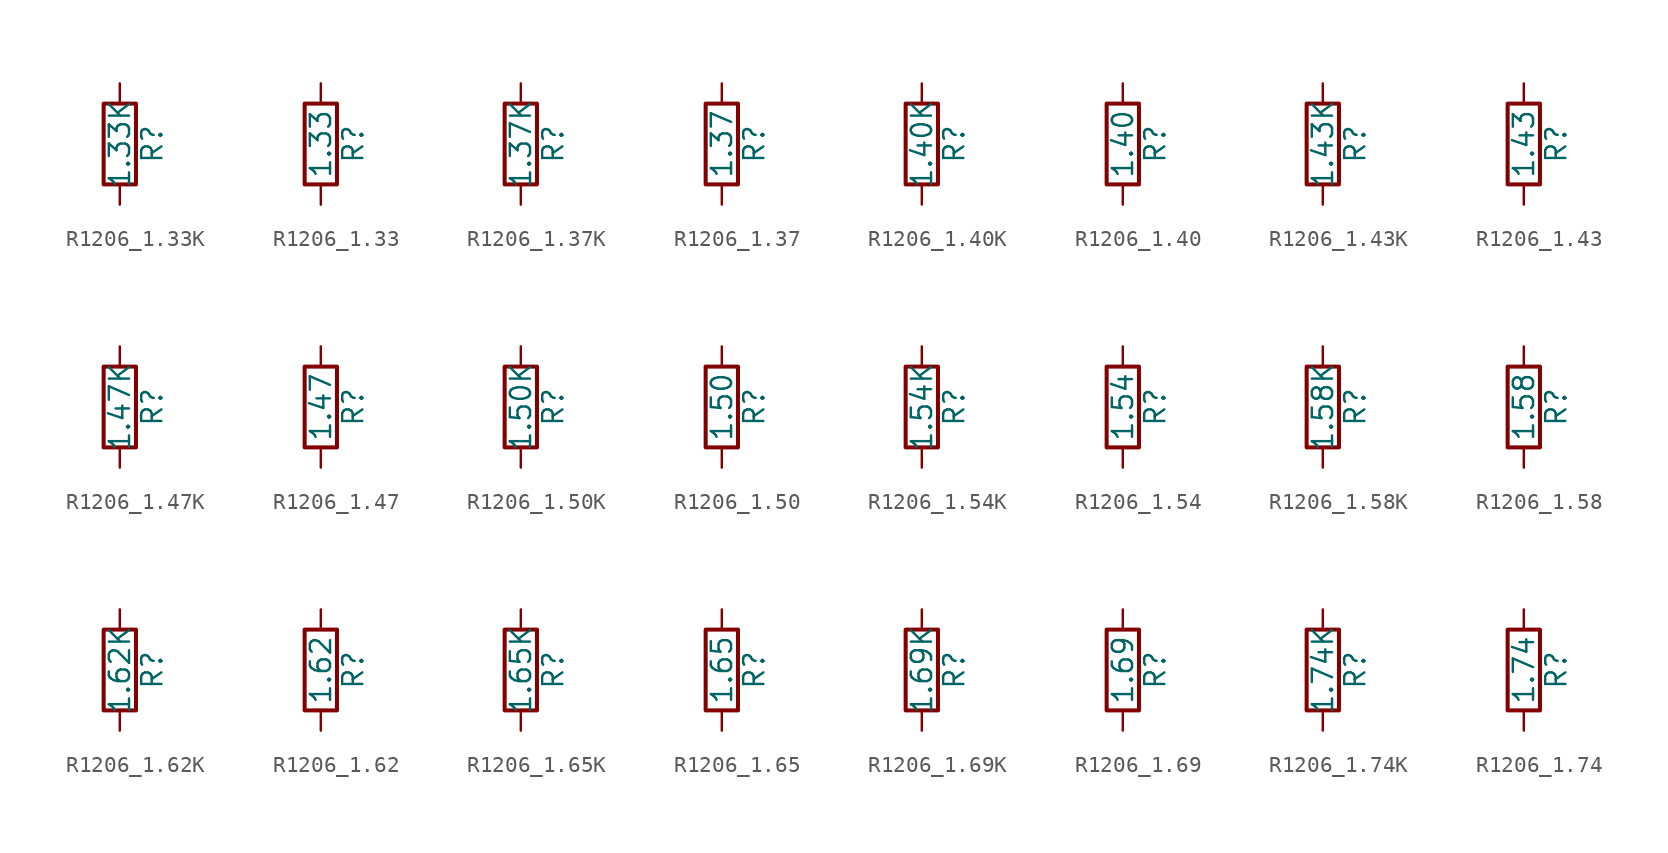
<source format=kicad_sym>
(kicad_symbol_lib
  (version 20211014)
  (generator atlantix-eda)
  (symbol "R1206_1.33K"
    (pin_numbers hide)
    (pin_names
      (offset 0))
    (property "Reference" "R"
      (at 2.032 0 90)
      (effects (font (size 1.27 1.27))))
    (property "Value" "1.33K"
      (at 0 0 90)
      (effects (font (size 1.27 1.27))))
    (symbol "R1206_1.33K_0_1"
      (rectangle (start -1.016 -2.54) (end 1.016 2.54) (stroke (width 0.254) (type default) (color 0 0 0 0)) (fill (type none))))
    (symbol "R1206_1.33K_1_1"
      (pin passive line (at 0 3.81 270) (length 1.27) (name "~" (effects (font (size 1.27 1.27)))) (number "1" (effects (font (size 1.27 1.27)))))
      (pin passive line (at 0 -3.81 90) (length 1.27) (name "~" (effects (font (size 1.27 1.27)))) (number "2" (effects (font (size 1.27 1.27)))))))
  (symbol "R1206_1.33"
    (pin_numbers hide)
    (pin_names
      (offset 0))
    (property "Reference" "R"
      (at 2.032 0 90)
      (effects (font (size 1.27 1.27))))
    (property "Value" "1.33"
      (at 0 0 90)
      (effects (font (size 1.27 1.27))))
    (symbol "R1206_1.33_0_1"
      (rectangle (start -1.016 -2.54) (end 1.016 2.54) (stroke (width 0.254) (type default) (color 0 0 0 0)) (fill (type none))))
    (symbol "R1206_1.33_1_1"
      (pin passive line (at 0 3.81 270) (length 1.27) (name "~" (effects (font (size 1.27 1.27)))) (number "1" (effects (font (size 1.27 1.27)))))
      (pin passive line (at 0 -3.81 90) (length 1.27) (name "~" (effects (font (size 1.27 1.27)))) (number "2" (effects (font (size 1.27 1.27)))))))
  (symbol "R1206_1.37K"
    (pin_numbers hide)
    (pin_names
      (offset 0))
    (property "Reference" "R"
      (at 2.032 0 90)
      (effects (font (size 1.27 1.27))))
    (property "Value" "1.37K"
      (at 0 0 90)
      (effects (font (size 1.27 1.27))))
    (symbol "R1206_1.37K_0_1"
      (rectangle (start -1.016 -2.54) (end 1.016 2.54) (stroke (width 0.254) (type default) (color 0 0 0 0)) (fill (type none))))
    (symbol "R1206_1.37K_1_1"
      (pin passive line (at 0 3.81 270) (length 1.27) (name "~" (effects (font (size 1.27 1.27)))) (number "1" (effects (font (size 1.27 1.27)))))
      (pin passive line (at 0 -3.81 90) (length 1.27) (name "~" (effects (font (size 1.27 1.27)))) (number "2" (effects (font (size 1.27 1.27)))))))
  (symbol "R1206_1.37"
    (pin_numbers hide)
    (pin_names
      (offset 0))
    (property "Reference" "R"
      (at 2.032 0 90)
      (effects (font (size 1.27 1.27))))
    (property "Value" "1.37"
      (at 0 0 90)
      (effects (font (size 1.27 1.27))))
    (symbol "R1206_1.37_0_1"
      (rectangle (start -1.016 -2.54) (end 1.016 2.54) (stroke (width 0.254) (type default) (color 0 0 0 0)) (fill (type none))))
    (symbol "R1206_1.37_1_1"
      (pin passive line (at 0 3.81 270) (length 1.27) (name "~" (effects (font (size 1.27 1.27)))) (number "1" (effects (font (size 1.27 1.27)))))
      (pin passive line (at 0 -3.81 90) (length 1.27) (name "~" (effects (font (size 1.27 1.27)))) (number "2" (effects (font (size 1.27 1.27)))))))
  (symbol "R1206_1.40K"
    (pin_numbers hide)
    (pin_names
      (offset 0))
    (property "Reference" "R"
      (at 2.032 0 90)
      (effects (font (size 1.27 1.27))))
    (property "Value" "1.40K"
      (at 0 0 90)
      (effects (font (size 1.27 1.27))))
    (symbol "R1206_1.40K_0_1"
      (rectangle (start -1.016 -2.54) (end 1.016 2.54) (stroke (width 0.254) (type default) (color 0 0 0 0)) (fill (type none))))
    (symbol "R1206_1.40K_1_1"
      (pin passive line (at 0 3.81 270) (length 1.27) (name "~" (effects (font (size 1.27 1.27)))) (number "1" (effects (font (size 1.27 1.27)))))
      (pin passive line (at 0 -3.81 90) (length 1.27) (name "~" (effects (font (size 1.27 1.27)))) (number "2" (effects (font (size 1.27 1.27)))))))
  (symbol "R1206_1.40"
    (pin_numbers hide)
    (pin_names
      (offset 0))
    (property "Reference" "R"
      (at 2.032 0 90)
      (effects (font (size 1.27 1.27))))
    (property "Value" "1.40"
      (at 0 0 90)
      (effects (font (size 1.27 1.27))))
    (symbol "R1206_1.40_0_1"
      (rectangle (start -1.016 -2.54) (end 1.016 2.54) (stroke (width 0.254) (type default) (color 0 0 0 0)) (fill (type none))))
    (symbol "R1206_1.40_1_1"
      (pin passive line (at 0 3.81 270) (length 1.27) (name "~" (effects (font (size 1.27 1.27)))) (number "1" (effects (font (size 1.27 1.27)))))
      (pin passive line (at 0 -3.81 90) (length 1.27) (name "~" (effects (font (size 1.27 1.27)))) (number "2" (effects (font (size 1.27 1.27)))))))
  (symbol "R1206_1.43K"
    (pin_numbers hide)
    (pin_names
      (offset 0))
    (property "Reference" "R"
      (at 2.032 0 90)
      (effects (font (size 1.27 1.27))))
    (property "Value" "1.43K"
      (at 0 0 90)
      (effects (font (size 1.27 1.27))))
    (symbol "R1206_1.43K_0_1"
      (rectangle (start -1.016 -2.54) (end 1.016 2.54) (stroke (width 0.254) (type default) (color 0 0 0 0)) (fill (type none))))
    (symbol "R1206_1.43K_1_1"
      (pin passive line (at 0 3.81 270) (length 1.27) (name "~" (effects (font (size 1.27 1.27)))) (number "1" (effects (font (size 1.27 1.27)))))
      (pin passive line (at 0 -3.81 90) (length 1.27) (name "~" (effects (font (size 1.27 1.27)))) (number "2" (effects (font (size 1.27 1.27)))))))
  (symbol "R1206_1.43"
    (pin_numbers hide)
    (pin_names
      (offset 0))
    (property "Reference" "R"
      (at 2.032 0 90)
      (effects (font (size 1.27 1.27))))
    (property "Value" "1.43"
      (at 0 0 90)
      (effects (font (size 1.27 1.27))))
    (symbol "R1206_1.43_0_1"
      (rectangle (start -1.016 -2.54) (end 1.016 2.54) (stroke (width 0.254) (type default) (color 0 0 0 0)) (fill (type none))))
    (symbol "R1206_1.43_1_1"
      (pin passive line (at 0 3.81 270) (length 1.27) (name "~" (effects (font (size 1.27 1.27)))) (number "1" (effects (font (size 1.27 1.27)))))
      (pin passive line (at 0 -3.81 90) (length 1.27) (name "~" (effects (font (size 1.27 1.27)))) (number "2" (effects (font (size 1.27 1.27)))))))
  (symbol "R1206_1.47K"
    (pin_numbers hide)
    (pin_names
      (offset 0))
    (property "Reference" "R"
      (at 2.032 0 90)
      (effects (font (size 1.27 1.27))))
    (property "Value" "1.47K"
      (at 0 0 90)
      (effects (font (size 1.27 1.27))))
    (symbol "R1206_1.47K_0_1"
      (rectangle (start -1.016 -2.54) (end 1.016 2.54) (stroke (width 0.254) (type default) (color 0 0 0 0)) (fill (type none))))
    (symbol "R1206_1.47K_1_1"
      (pin passive line (at 0 3.81 270) (length 1.27) (name "~" (effects (font (size 1.27 1.27)))) (number "1" (effects (font (size 1.27 1.27)))))
      (pin passive line (at 0 -3.81 90) (length 1.27) (name "~" (effects (font (size 1.27 1.27)))) (number "2" (effects (font (size 1.27 1.27)))))))
  (symbol "R1206_1.47"
    (pin_numbers hide)
    (pin_names
      (offset 0))
    (property "Reference" "R"
      (at 2.032 0 90)
      (effects (font (size 1.27 1.27))))
    (property "Value" "1.47"
      (at 0 0 90)
      (effects (font (size 1.27 1.27))))
    (symbol "R1206_1.47_0_1"
      (rectangle (start -1.016 -2.54) (end 1.016 2.54) (stroke (width 0.254) (type default) (color 0 0 0 0)) (fill (type none))))
    (symbol "R1206_1.47_1_1"
      (pin passive line (at 0 3.81 270) (length 1.27) (name "~" (effects (font (size 1.27 1.27)))) (number "1" (effects (font (size 1.27 1.27)))))
      (pin passive line (at 0 -3.81 90) (length 1.27) (name "~" (effects (font (size 1.27 1.27)))) (number "2" (effects (font (size 1.27 1.27)))))))
  (symbol "R1206_1.50K"
    (pin_numbers hide)
    (pin_names
      (offset 0))
    (property "Reference" "R"
      (at 2.032 0 90)
      (effects (font (size 1.27 1.27))))
    (property "Value" "1.50K"
      (at 0 0 90)
      (effects (font (size 1.27 1.27))))
    (symbol "R1206_1.50K_0_1"
      (rectangle (start -1.016 -2.54) (end 1.016 2.54) (stroke (width 0.254) (type default) (color 0 0 0 0)) (fill (type none))))
    (symbol "R1206_1.50K_1_1"
      (pin passive line (at 0 3.81 270) (length 1.27) (name "~" (effects (font (size 1.27 1.27)))) (number "1" (effects (font (size 1.27 1.27)))))
      (pin passive line (at 0 -3.81 90) (length 1.27) (name "~" (effects (font (size 1.27 1.27)))) (number "2" (effects (font (size 1.27 1.27)))))))
  (symbol "R1206_1.50"
    (pin_numbers hide)
    (pin_names
      (offset 0))
    (property "Reference" "R"
      (at 2.032 0 90)
      (effects (font (size 1.27 1.27))))
    (property "Value" "1.50"
      (at 0 0 90)
      (effects (font (size 1.27 1.27))))
    (symbol "R1206_1.50_0_1"
      (rectangle (start -1.016 -2.54) (end 1.016 2.54) (stroke (width 0.254) (type default) (color 0 0 0 0)) (fill (type none))))
    (symbol "R1206_1.50_1_1"
      (pin passive line (at 0 3.81 270) (length 1.27) (name "~" (effects (font (size 1.27 1.27)))) (number "1" (effects (font (size 1.27 1.27)))))
      (pin passive line (at 0 -3.81 90) (length 1.27) (name "~" (effects (font (size 1.27 1.27)))) (number "2" (effects (font (size 1.27 1.27)))))))
  (symbol "R1206_1.54K"
    (pin_numbers hide)
    (pin_names
      (offset 0))
    (property "Reference" "R"
      (at 2.032 0 90)
      (effects (font (size 1.27 1.27))))
    (property "Value" "1.54K"
      (at 0 0 90)
      (effects (font (size 1.27 1.27))))
    (symbol "R1206_1.54K_0_1"
      (rectangle (start -1.016 -2.54) (end 1.016 2.54) (stroke (width 0.254) (type default) (color 0 0 0 0)) (fill (type none))))
    (symbol "R1206_1.54K_1_1"
      (pin passive line (at 0 3.81 270) (length 1.27) (name "~" (effects (font (size 1.27 1.27)))) (number "1" (effects (font (size 1.27 1.27)))))
      (pin passive line (at 0 -3.81 90) (length 1.27) (name "~" (effects (font (size 1.27 1.27)))) (number "2" (effects (font (size 1.27 1.27)))))))
  (symbol "R1206_1.54"
    (pin_numbers hide)
    (pin_names
      (offset 0))
    (property "Reference" "R"
      (at 2.032 0 90)
      (effects (font (size 1.27 1.27))))
    (property "Value" "1.54"
      (at 0 0 90)
      (effects (font (size 1.27 1.27))))
    (symbol "R1206_1.54_0_1"
      (rectangle (start -1.016 -2.54) (end 1.016 2.54) (stroke (width 0.254) (type default) (color 0 0 0 0)) (fill (type none))))
    (symbol "R1206_1.54_1_1"
      (pin passive line (at 0 3.81 270) (length 1.27) (name "~" (effects (font (size 1.27 1.27)))) (number "1" (effects (font (size 1.27 1.27)))))
      (pin passive line (at 0 -3.81 90) (length 1.27) (name "~" (effects (font (size 1.27 1.27)))) (number "2" (effects (font (size 1.27 1.27)))))))
  (symbol "R1206_1.58K"
    (pin_numbers hide)
    (pin_names
      (offset 0))
    (property "Reference" "R"
      (at 2.032 0 90)
      (effects (font (size 1.27 1.27))))
    (property "Value" "1.58K"
      (at 0 0 90)
      (effects (font (size 1.27 1.27))))
    (symbol "R1206_1.58K_0_1"
      (rectangle (start -1.016 -2.54) (end 1.016 2.54) (stroke (width 0.254) (type default) (color 0 0 0 0)) (fill (type none))))
    (symbol "R1206_1.58K_1_1"
      (pin passive line (at 0 3.81 270) (length 1.27) (name "~" (effects (font (size 1.27 1.27)))) (number "1" (effects (font (size 1.27 1.27)))))
      (pin passive line (at 0 -3.81 90) (length 1.27) (name "~" (effects (font (size 1.27 1.27)))) (number "2" (effects (font (size 1.27 1.27)))))))
  (symbol "R1206_1.58"
    (pin_numbers hide)
    (pin_names
      (offset 0))
    (property "Reference" "R"
      (at 2.032 0 90)
      (effects (font (size 1.27 1.27))))
    (property "Value" "1.58"
      (at 0 0 90)
      (effects (font (size 1.27 1.27))))
    (symbol "R1206_1.58_0_1"
      (rectangle (start -1.016 -2.54) (end 1.016 2.54) (stroke (width 0.254) (type default) (color 0 0 0 0)) (fill (type none))))
    (symbol "R1206_1.58_1_1"
      (pin passive line (at 0 3.81 270) (length 1.27) (name "~" (effects (font (size 1.27 1.27)))) (number "1" (effects (font (size 1.27 1.27)))))
      (pin passive line (at 0 -3.81 90) (length 1.27) (name "~" (effects (font (size 1.27 1.27)))) (number "2" (effects (font (size 1.27 1.27)))))))
  (symbol "R1206_1.62K"
    (pin_numbers hide)
    (pin_names
      (offset 0))
    (property "Reference" "R"
      (at 2.032 0 90)
      (effects (font (size 1.27 1.27))))
    (property "Value" "1.62K"
      (at 0 0 90)
      (effects (font (size 1.27 1.27))))
    (symbol "R1206_1.62K_0_1"
      (rectangle (start -1.016 -2.54) (end 1.016 2.54) (stroke (width 0.254) (type default) (color 0 0 0 0)) (fill (type none))))
    (symbol "R1206_1.62K_1_1"
      (pin passive line (at 0 3.81 270) (length 1.27) (name "~" (effects (font (size 1.27 1.27)))) (number "1" (effects (font (size 1.27 1.27)))))
      (pin passive line (at 0 -3.81 90) (length 1.27) (name "~" (effects (font (size 1.27 1.27)))) (number "2" (effects (font (size 1.27 1.27)))))))
  (symbol "R1206_1.62"
    (pin_numbers hide)
    (pin_names
      (offset 0))
    (property "Reference" "R"
      (at 2.032 0 90)
      (effects (font (size 1.27 1.27))))
    (property "Value" "1.62"
      (at 0 0 90)
      (effects (font (size 1.27 1.27))))
    (symbol "R1206_1.62_0_1"
      (rectangle (start -1.016 -2.54) (end 1.016 2.54) (stroke (width 0.254) (type default) (color 0 0 0 0)) (fill (type none))))
    (symbol "R1206_1.62_1_1"
      (pin passive line (at 0 3.81 270) (length 1.27) (name "~" (effects (font (size 1.27 1.27)))) (number "1" (effects (font (size 1.27 1.27)))))
      (pin passive line (at 0 -3.81 90) (length 1.27) (name "~" (effects (font (size 1.27 1.27)))) (number "2" (effects (font (size 1.27 1.27)))))))
  (symbol "R1206_1.65K"
    (pin_numbers hide)
    (pin_names
      (offset 0))
    (property "Reference" "R"
      (at 2.032 0 90)
      (effects (font (size 1.27 1.27))))
    (property "Value" "1.65K"
      (at 0 0 90)
      (effects (font (size 1.27 1.27))))
    (symbol "R1206_1.65K_0_1"
      (rectangle (start -1.016 -2.54) (end 1.016 2.54) (stroke (width 0.254) (type default) (color 0 0 0 0)) (fill (type none))))
    (symbol "R1206_1.65K_1_1"
      (pin passive line (at 0 3.81 270) (length 1.27) (name "~" (effects (font (size 1.27 1.27)))) (number "1" (effects (font (size 1.27 1.27)))))
      (pin passive line (at 0 -3.81 90) (length 1.27) (name "~" (effects (font (size 1.27 1.27)))) (number "2" (effects (font (size 1.27 1.27)))))))
  (symbol "R1206_1.65"
    (pin_numbers hide)
    (pin_names
      (offset 0))
    (property "Reference" "R"
      (at 2.032 0 90)
      (effects (font (size 1.27 1.27))))
    (property "Value" "1.65"
      (at 0 0 90)
      (effects (font (size 1.27 1.27))))
    (symbol "R1206_1.65_0_1"
      (rectangle (start -1.016 -2.54) (end 1.016 2.54) (stroke (width 0.254) (type default) (color 0 0 0 0)) (fill (type none))))
    (symbol "R1206_1.65_1_1"
      (pin passive line (at 0 3.81 270) (length 1.27) (name "~" (effects (font (size 1.27 1.27)))) (number "1" (effects (font (size 1.27 1.27)))))
      (pin passive line (at 0 -3.81 90) (length 1.27) (name "~" (effects (font (size 1.27 1.27)))) (number "2" (effects (font (size 1.27 1.27)))))))
  (symbol "R1206_1.69K"
    (pin_numbers hide)
    (pin_names
      (offset 0))
    (property "Reference" "R"
      (at 2.032 0 90)
      (effects (font (size 1.27 1.27))))
    (property "Value" "1.69K"
      (at 0 0 90)
      (effects (font (size 1.27 1.27))))
    (symbol "R1206_1.69K_0_1"
      (rectangle (start -1.016 -2.54) (end 1.016 2.54) (stroke (width 0.254) (type default) (color 0 0 0 0)) (fill (type none))))
    (symbol "R1206_1.69K_1_1"
      (pin passive line (at 0 3.81 270) (length 1.27) (name "~" (effects (font (size 1.27 1.27)))) (number "1" (effects (font (size 1.27 1.27)))))
      (pin passive line (at 0 -3.81 90) (length 1.27) (name "~" (effects (font (size 1.27 1.27)))) (number "2" (effects (font (size 1.27 1.27)))))))
  (symbol "R1206_1.69"
    (pin_numbers hide)
    (pin_names
      (offset 0))
    (property "Reference" "R"
      (at 2.032 0 90)
      (effects (font (size 1.27 1.27))))
    (property "Value" "1.69"
      (at 0 0 90)
      (effects (font (size 1.27 1.27))))
    (symbol "R1206_1.69_0_1"
      (rectangle (start -1.016 -2.54) (end 1.016 2.54) (stroke (width 0.254) (type default) (color 0 0 0 0)) (fill (type none))))
    (symbol "R1206_1.69_1_1"
      (pin passive line (at 0 3.81 270) (length 1.27) (name "~" (effects (font (size 1.27 1.27)))) (number "1" (effects (font (size 1.27 1.27)))))
      (pin passive line (at 0 -3.81 90) (length 1.27) (name "~" (effects (font (size 1.27 1.27)))) (number "2" (effects (font (size 1.27 1.27)))))))
  (symbol "R1206_1.74K"
    (pin_numbers hide)
    (pin_names
      (offset 0))
    (property "Reference" "R"
      (at 2.032 0 90)
      (effects (font (size 1.27 1.27))))
    (property "Value" "1.74K"
      (at 0 0 90)
      (effects (font (size 1.27 1.27))))
    (symbol "R1206_1.74K_0_1"
      (rectangle (start -1.016 -2.54) (end 1.016 2.54) (stroke (width 0.254) (type default) (color 0 0 0 0)) (fill (type none))))
    (symbol "R1206_1.74K_1_1"
      (pin passive line (at 0 3.81 270) (length 1.27) (name "~" (effects (font (size 1.27 1.27)))) (number "1" (effects (font (size 1.27 1.27)))))
      (pin passive line (at 0 -3.81 90) (length 1.27) (name "~" (effects (font (size 1.27 1.27)))) (number "2" (effects (font (size 1.27 1.27)))))))
  (symbol "R1206_1.74"
    (pin_numbers hide)
    (pin_names
      (offset 0))
    (property "Reference" "R"
      (at 2.032 0 90)
      (effects (font (size 1.27 1.27))))
    (property "Value" "1.74"
      (at 0 0 90)
      (effects (font (size 1.27 1.27))))
    (symbol "R1206_1.74_0_1"
      (rectangle (start -1.016 -2.54) (end 1.016 2.54) (stroke (width 0.254) (type default) (color 0 0 0 0)) (fill (type none))))
    (symbol "R1206_1.74_1_1"
      (pin passive line (at 0 3.81 270) (length 1.27) (name "~" (effects (font (size 1.27 1.27)))) (number "1" (effects (font (size 1.27 1.27)))))
      (pin passive line (at 0 -3.81 90) (length 1.27) (name "~" (effects (font (size 1.27 1.27)))) (number "2" (effects (font (size 1.27 1.27))))))))
</source>
